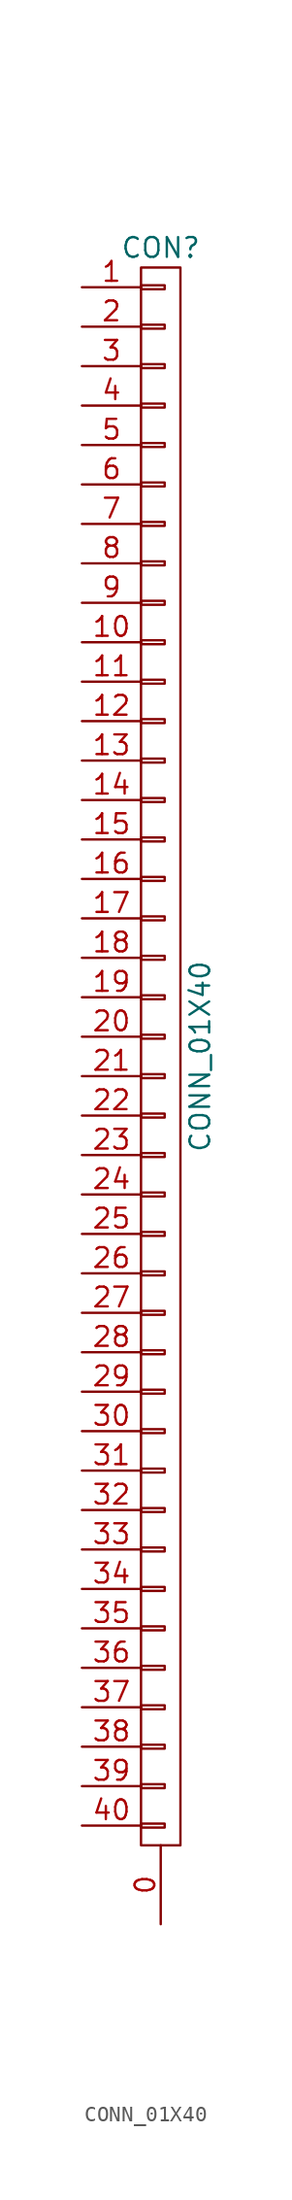
<source format=kicad_sym>
(kicad_symbol_lib
  (version 20220914)
  (generator kicad_symbol_editor)
  (symbol "CONN_01X40"
    (pin_names
      (offset 1.016) hide)
    (property "Reference" "CON"
      (at 0 52.07 0)
      (effects (font (size 1.27 1.27))))
    (property "Value" "CONN_01X40"
      (at 2.54 0 90)
      (effects (font (size 1.27 1.27))))
    (property "Footprint" ""
      (at 0 0 0)
      (effects (font (size 1.27 1.27))))
    (property "Datasheet" ""
      (at 0 0 0)
      (effects (font (size 1.27 1.27))))
    (symbol "CONN_01X40_0_1"
      (rectangle (start -1.27 -49.403) (end 0.254 -49.657) (stroke (width 0) (type solid)) (fill (type none)))
      (rectangle (start -1.27 -46.863) (end 0.254 -47.117) (stroke (width 0) (type solid)) (fill (type none)))
      (rectangle (start -1.27 -44.323) (end 0.254 -44.577) (stroke (width 0) (type solid)) (fill (type none)))
      (rectangle (start -1.27 -41.783) (end 0.254 -42.037) (stroke (width 0) (type solid)) (fill (type none)))
      (rectangle (start -1.27 -39.243) (end 0.254 -39.497) (stroke (width 0) (type solid)) (fill (type none)))
      (rectangle (start -1.27 -36.703) (end 0.254 -36.957) (stroke (width 0) (type solid)) (fill (type none)))
      (rectangle (start -1.27 -34.163) (end 0.254 -34.417) (stroke (width 0) (type solid)) (fill (type none)))
      (rectangle (start -1.27 -31.623) (end 0.254 -31.877) (stroke (width 0) (type solid)) (fill (type none)))
      (rectangle (start -1.27 -29.083) (end 0.254 -29.337) (stroke (width 0) (type solid)) (fill (type none)))
      (rectangle (start -1.27 -26.543) (end 0.254 -26.797) (stroke (width 0) (type solid)) (fill (type none)))
      (rectangle (start -1.27 -24.003) (end 0.254 -24.257) (stroke (width 0) (type solid)) (fill (type none)))
      (rectangle (start -1.27 -21.463) (end 0.254 -21.717) (stroke (width 0) (type solid)) (fill (type none)))
      (rectangle (start -1.27 -18.923) (end 0.254 -19.177) (stroke (width 0) (type solid)) (fill (type none)))
      (rectangle (start -1.27 -16.383) (end 0.254 -16.637) (stroke (width 0) (type solid)) (fill (type none)))
      (rectangle (start -1.27 -13.843) (end 0.254 -14.097) (stroke (width 0) (type solid)) (fill (type none)))
      (rectangle (start -1.27 -11.303) (end 0.254 -11.557) (stroke (width 0) (type solid)) (fill (type none)))
      (rectangle (start -1.27 -8.763) (end 0.254 -9.017) (stroke (width 0) (type solid)) (fill (type none)))
      (rectangle (start -1.27 -6.223) (end 0.254 -6.477) (stroke (width 0) (type solid)) (fill (type none)))
      (rectangle (start -1.27 -3.683) (end 0.254 -3.937) (stroke (width 0) (type solid)) (fill (type none)))
      (rectangle (start -1.27 -1.143) (end 0.254 -1.397) (stroke (width 0) (type solid)) (fill (type none)))
      (rectangle (start -1.27 1.397) (end 0.254 1.143) (stroke (width 0) (type solid)) (fill (type none)))
      (rectangle (start -1.27 3.937) (end 0.254 3.683) (stroke (width 0) (type solid)) (fill (type none)))
      (rectangle (start -1.27 6.477) (end 0.254 6.223) (stroke (width 0) (type solid)) (fill (type none)))
      (rectangle (start -1.27 9.017) (end 0.254 8.763) (stroke (width 0) (type solid)) (fill (type none)))
      (rectangle (start -1.27 11.557) (end 0.254 11.303) (stroke (width 0) (type solid)) (fill (type none)))
      (rectangle (start -1.27 14.097) (end 0.254 13.843) (stroke (width 0) (type solid)) (fill (type none)))
      (rectangle (start -1.27 16.637) (end 0.254 16.383) (stroke (width 0) (type solid)) (fill (type none)))
      (rectangle (start -1.27 19.177) (end 0.254 18.923) (stroke (width 0) (type solid)) (fill (type none)))
      (rectangle (start -1.27 21.717) (end 0.254 21.463) (stroke (width 0) (type solid)) (fill (type none)))
      (rectangle (start -1.27 24.257) (end 0.254 24.003) (stroke (width 0) (type solid)) (fill (type none)))
      (rectangle (start -1.27 26.797) (end 0.254 26.543) (stroke (width 0) (type solid)) (fill (type none)))
      (rectangle (start -1.27 29.337) (end 0.254 29.083) (stroke (width 0) (type solid)) (fill (type none)))
      (rectangle (start -1.27 31.877) (end 0.254 31.623) (stroke (width 0) (type solid)) (fill (type none)))
      (rectangle (start -1.27 34.417) (end 0.254 34.163) (stroke (width 0) (type solid)) (fill (type none)))
      (rectangle (start -1.27 36.957) (end 0.254 36.703) (stroke (width 0) (type solid)) (fill (type none)))
      (rectangle (start -1.27 39.497) (end 0.254 39.243) (stroke (width 0) (type solid)) (fill (type none)))
      (rectangle (start -1.27 42.037) (end 0.254 41.783) (stroke (width 0) (type solid)) (fill (type none)))
      (rectangle (start -1.27 44.577) (end 0.254 44.323) (stroke (width 0) (type solid)) (fill (type none)))
      (rectangle (start -1.27 47.117) (end 0.254 46.863) (stroke (width 0) (type solid)) (fill (type none)))
      (rectangle (start -1.27 49.657) (end 0.254 49.403) (stroke (width 0) (type solid)) (fill (type none)))
      (rectangle (start -1.27 50.8) (end 1.27 -50.8) (stroke (width 0) (type solid)) (fill (type none))))
    (symbol "CONN_01X40_1_1"
      (pin passive line (at 0 -55.88 90) (length 5.08) (name "P0" (effects (font (size 1.27 1.27)))) (number "0" (effects (font (size 1.27 1.27)))))
      (pin passive line (at -5.08 49.53 0) (length 3.81) (name "P1" (effects (font (size 1.27 1.27)))) (number "1" (effects (font (size 1.27 1.27)))))
      (pin passive line (at -5.08 26.67 0) (length 3.81) (name "P10" (effects (font (size 1.27 1.27)))) (number "10" (effects (font (size 1.27 1.27)))))
      (pin passive line (at -5.08 24.13 0) (length 3.81) (name "P11" (effects (font (size 1.27 1.27)))) (number "11" (effects (font (size 1.27 1.27)))))
      (pin passive line (at -5.08 21.59 0) (length 3.81) (name "P12" (effects (font (size 1.27 1.27)))) (number "12" (effects (font (size 1.27 1.27)))))
      (pin passive line (at -5.08 19.05 0) (length 3.81) (name "P13" (effects (font (size 1.27 1.27)))) (number "13" (effects (font (size 1.27 1.27)))))
      (pin passive line (at -5.08 16.51 0) (length 3.81) (name "P14" (effects (font (size 1.27 1.27)))) (number "14" (effects (font (size 1.27 1.27)))))
      (pin passive line (at -5.08 13.97 0) (length 3.81) (name "P15" (effects (font (size 1.27 1.27)))) (number "15" (effects (font (size 1.27 1.27)))))
      (pin passive line (at -5.08 11.43 0) (length 3.81) (name "P16" (effects (font (size 1.27 1.27)))) (number "16" (effects (font (size 1.27 1.27)))))
      (pin passive line (at -5.08 8.89 0) (length 3.81) (name "P17" (effects (font (size 1.27 1.27)))) (number "17" (effects (font (size 1.27 1.27)))))
      (pin passive line (at -5.08 6.35 0) (length 3.81) (name "P18" (effects (font (size 1.27 1.27)))) (number "18" (effects (font (size 1.27 1.27)))))
      (pin passive line (at -5.08 3.81 0) (length 3.81) (name "P19" (effects (font (size 1.27 1.27)))) (number "19" (effects (font (size 1.27 1.27)))))
      (pin passive line (at -5.08 46.99 0) (length 3.81) (name "P2" (effects (font (size 1.27 1.27)))) (number "2" (effects (font (size 1.27 1.27)))))
      (pin passive line (at -5.08 1.27 0) (length 3.81) (name "P20" (effects (font (size 1.27 1.27)))) (number "20" (effects (font (size 1.27 1.27)))))
      (pin passive line (at -5.08 -1.27 0) (length 3.81) (name "P21" (effects (font (size 1.27 1.27)))) (number "21" (effects (font (size 1.27 1.27)))))
      (pin passive line (at -5.08 -3.81 0) (length 3.81) (name "P22" (effects (font (size 1.27 1.27)))) (number "22" (effects (font (size 1.27 1.27)))))
      (pin passive line (at -5.08 -6.35 0) (length 3.81) (name "P23" (effects (font (size 1.27 1.27)))) (number "23" (effects (font (size 1.27 1.27)))))
      (pin passive line (at -5.08 -8.89 0) (length 3.81) (name "P24" (effects (font (size 1.27 1.27)))) (number "24" (effects (font (size 1.27 1.27)))))
      (pin passive line (at -5.08 -11.43 0) (length 3.81) (name "P25" (effects (font (size 1.27 1.27)))) (number "25" (effects (font (size 1.27 1.27)))))
      (pin passive line (at -5.08 -13.97 0) (length 3.81) (name "P26" (effects (font (size 1.27 1.27)))) (number "26" (effects (font (size 1.27 1.27)))))
      (pin passive line (at -5.08 -16.51 0) (length 3.81) (name "P27" (effects (font (size 1.27 1.27)))) (number "27" (effects (font (size 1.27 1.27)))))
      (pin passive line (at -5.08 -19.05 0) (length 3.81) (name "P28" (effects (font (size 1.27 1.27)))) (number "28" (effects (font (size 1.27 1.27)))))
      (pin passive line (at -5.08 -21.59 0) (length 3.81) (name "P29" (effects (font (size 1.27 1.27)))) (number "29" (effects (font (size 1.27 1.27)))))
      (pin passive line (at -5.08 44.45 0) (length 3.81) (name "P3" (effects (font (size 1.27 1.27)))) (number "3" (effects (font (size 1.27 1.27)))))
      (pin passive line (at -5.08 -24.13 0) (length 3.81) (name "P30" (effects (font (size 1.27 1.27)))) (number "30" (effects (font (size 1.27 1.27)))))
      (pin passive line (at -5.08 -26.67 0) (length 3.81) (name "P31" (effects (font (size 1.27 1.27)))) (number "31" (effects (font (size 1.27 1.27)))))
      (pin passive line (at -5.08 -29.21 0) (length 3.81) (name "P32" (effects (font (size 1.27 1.27)))) (number "32" (effects (font (size 1.27 1.27)))))
      (pin passive line (at -5.08 -31.75 0) (length 3.81) (name "P33" (effects (font (size 1.27 1.27)))) (number "33" (effects (font (size 1.27 1.27)))))
      (pin passive line (at -5.08 -34.29 0) (length 3.81) (name "P34" (effects (font (size 1.27 1.27)))) (number "34" (effects (font (size 1.27 1.27)))))
      (pin passive line (at -5.08 -36.83 0) (length 3.81) (name "P35" (effects (font (size 1.27 1.27)))) (number "35" (effects (font (size 1.27 1.27)))))
      (pin passive line (at -5.08 -39.37 0) (length 3.81) (name "P36" (effects (font (size 1.27 1.27)))) (number "36" (effects (font (size 1.27 1.27)))))
      (pin passive line (at -5.08 -41.91 0) (length 3.81) (name "P37" (effects (font (size 1.27 1.27)))) (number "37" (effects (font (size 1.27 1.27)))))
      (pin passive line (at -5.08 -44.45 0) (length 3.81) (name "P38" (effects (font (size 1.27 1.27)))) (number "38" (effects (font (size 1.27 1.27)))))
      (pin passive line (at -5.08 -46.99 0) (length 3.81) (name "P39" (effects (font (size 1.27 1.27)))) (number "39" (effects (font (size 1.27 1.27)))))
      (pin passive line (at -5.08 41.91 0) (length 3.81) (name "P4" (effects (font (size 1.27 1.27)))) (number "4" (effects (font (size 1.27 1.27)))))
      (pin passive line (at -5.08 -49.53 0) (length 3.81) (name "P40" (effects (font (size 1.27 1.27)))) (number "40" (effects (font (size 1.27 1.27)))))
      (pin passive line (at -5.08 39.37 0) (length 3.81) (name "P5" (effects (font (size 1.27 1.27)))) (number "5" (effects (font (size 1.27 1.27)))))
      (pin passive line (at -5.08 36.83 0) (length 3.81) (name "P6" (effects (font (size 1.27 1.27)))) (number "6" (effects (font (size 1.27 1.27)))))
      (pin passive line (at -5.08 34.29 0) (length 3.81) (name "P7" (effects (font (size 1.27 1.27)))) (number "7" (effects (font (size 1.27 1.27)))))
      (pin passive line (at -5.08 31.75 0) (length 3.81) (name "P8" (effects (font (size 1.27 1.27)))) (number "8" (effects (font (size 1.27 1.27)))))
      (pin passive line (at -5.08 29.21 0) (length 3.81) (name "P9" (effects (font (size 1.27 1.27)))) (number "9" (effects (font (size 1.27 1.27))))))))
</source>
